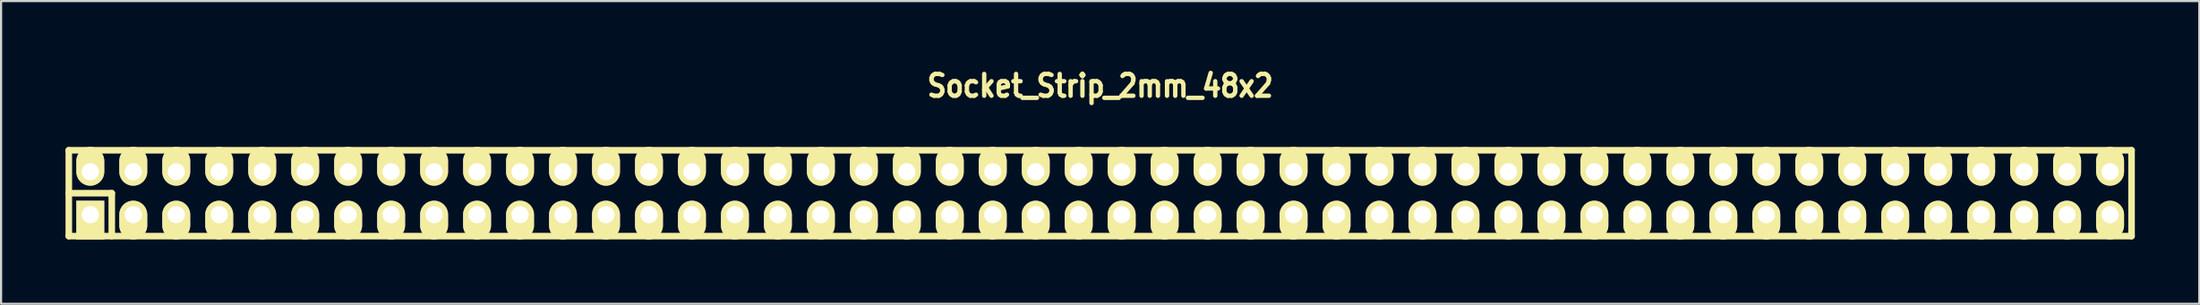
<source format=kicad_pcb>
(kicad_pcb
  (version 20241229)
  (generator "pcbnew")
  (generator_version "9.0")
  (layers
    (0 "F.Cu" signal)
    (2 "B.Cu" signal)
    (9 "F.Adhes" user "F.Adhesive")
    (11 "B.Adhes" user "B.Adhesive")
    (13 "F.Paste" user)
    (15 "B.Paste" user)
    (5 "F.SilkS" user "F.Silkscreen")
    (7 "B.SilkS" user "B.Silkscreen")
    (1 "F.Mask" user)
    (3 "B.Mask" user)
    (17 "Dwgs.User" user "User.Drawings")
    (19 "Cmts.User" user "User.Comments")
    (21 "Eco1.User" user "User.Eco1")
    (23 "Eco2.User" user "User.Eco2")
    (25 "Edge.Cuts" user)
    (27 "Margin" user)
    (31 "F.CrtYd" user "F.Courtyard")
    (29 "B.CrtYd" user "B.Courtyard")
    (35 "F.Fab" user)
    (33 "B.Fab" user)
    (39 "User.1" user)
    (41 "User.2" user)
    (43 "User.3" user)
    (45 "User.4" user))
  (footprint "Socket_Strip_2mm_48x2"
    (layer "F.Cu")
    (at 48.152 5.951)
    (property "Reference" "Socket_Strip_2mm_48x2" (at 0 -5 0) (layer "F.SilkS") (effects (font (size 1.016 0.889) (thickness 0.203))))
    (attr through_hole)
    (fp_line (start -48 -2) (end 48 -2) (stroke (width 0.305) (type solid)) (layer "F.SilkS"))
    (fp_line (start -48 0) (end -46 0) (stroke (width 0.305) (type solid)) (layer "F.SilkS"))
    (fp_line (start -48 2) (end -48 -2) (stroke (width 0.305) (type solid)) (layer "F.SilkS"))
    (fp_line (start -46 0) (end -46 2) (stroke (width 0.305) (type solid)) (layer "F.SilkS"))
    (fp_line (start 48 -2) (end 48 2) (stroke (width 0.305) (type solid)) (layer "F.SilkS"))
    (fp_line (start 48 2) (end -48 2) (stroke (width 0.305) (type solid)) (layer "F.SilkS"))
    (pad "1" thru_hole rect (at -47 1) (size 1.3 1.8) (drill 0.8 (offset 0 0.25)) (layers "*.Cu" "*.Mask" "F.SilkS"))
    (pad "2" thru_hole oval (at -47 -1) (size 1.3 1.8) (drill 0.8 (offset 0 -0.25)) (layers "*.Cu" "*.Mask" "F.SilkS"))
    (pad "3" thru_hole oval (at -45 1) (size 1.3 1.8) (drill 0.8 (offset 0 0.25)) (layers "*.Cu" "*.Mask" "F.SilkS"))
    (pad "4" thru_hole oval (at -45 -1) (size 1.3 1.8) (drill 0.8 (offset 0 -0.25)) (layers "*.Cu" "*.Mask" "F.SilkS"))
    (pad "5" thru_hole oval (at -43 1) (size 1.3 1.8) (drill 0.8 (offset 0 0.25)) (layers "*.Cu" "*.Mask" "F.SilkS"))
    (pad "6" thru_hole oval (at -43 -1) (size 1.3 1.8) (drill 0.8 (offset 0 -0.25)) (layers "*.Cu" "*.Mask" "F.SilkS"))
    (pad "7" thru_hole oval (at -41 1) (size 1.3 1.8) (drill 0.8 (offset 0 0.25)) (layers "*.Cu" "*.Mask" "F.SilkS"))
    (pad "8" thru_hole oval (at -41 -1) (size 1.3 1.8) (drill 0.8 (offset 0 -0.25)) (layers "*.Cu" "*.Mask" "F.SilkS"))
    (pad "9" thru_hole oval (at -39 1) (size 1.3 1.8) (drill 0.8 (offset 0 0.25)) (layers "*.Cu" "*.Mask" "F.SilkS"))
    (pad "10" thru_hole oval (at -39 -1) (size 1.3 1.8) (drill 0.8 (offset 0 -0.25)) (layers "*.Cu" "*.Mask" "F.SilkS"))
    (pad "11" thru_hole oval (at -37 1) (size 1.3 1.8) (drill 0.8 (offset 0 0.25)) (layers "*.Cu" "*.Mask" "F.SilkS"))
    (pad "12" thru_hole oval (at -37 -1) (size 1.3 1.8) (drill 0.8 (offset 0 -0.25)) (layers "*.Cu" "*.Mask" "F.SilkS"))
    (pad "13" thru_hole oval (at -35 1) (size 1.3 1.8) (drill 0.8 (offset 0 0.25)) (layers "*.Cu" "*.Mask" "F.SilkS"))
    (pad "14" thru_hole oval (at -35 -1) (size 1.3 1.8) (drill 0.8 (offset 0 -0.25)) (layers "*.Cu" "*.Mask" "F.SilkS"))
    (pad "15" thru_hole oval (at -33 1) (size 1.3 1.8) (drill 0.8 (offset 0 0.25)) (layers "*.Cu" "*.Mask" "F.SilkS"))
    (pad "16" thru_hole oval (at -33 -1) (size 1.3 1.8) (drill 0.8 (offset 0 -0.25)) (layers "*.Cu" "*.Mask" "F.SilkS"))
    (pad "17" thru_hole oval (at -31 1) (size 1.3 1.8) (drill 0.8 (offset 0 0.25)) (layers "*.Cu" "*.Mask" "F.SilkS"))
    (pad "18" thru_hole oval (at -31 -1) (size 1.3 1.8) (drill 0.8 (offset 0 -0.25)) (layers "*.Cu" "*.Mask" "F.SilkS"))
    (pad "19" thru_hole oval (at -29 1) (size 1.3 1.8) (drill 0.8 (offset 0 0.25)) (layers "*.Cu" "*.Mask" "F.SilkS"))
    (pad "20" thru_hole oval (at -29 -1) (size 1.3 1.8) (drill 0.8 (offset 0 -0.25)) (layers "*.Cu" "*.Mask" "F.SilkS"))
    (pad "21" thru_hole oval (at -27 1) (size 1.3 1.8) (drill 0.8 (offset 0 0.25)) (layers "*.Cu" "*.Mask" "F.SilkS"))
    (pad "22" thru_hole oval (at -27 -1) (size 1.3 1.8) (drill 0.8 (offset 0 -0.25)) (layers "*.Cu" "*.Mask" "F.SilkS"))
    (pad "23" thru_hole oval (at -25 1) (size 1.3 1.8) (drill 0.8 (offset 0 0.25)) (layers "*.Cu" "*.Mask" "F.SilkS"))
    (pad "24" thru_hole oval (at -25 -1) (size 1.3 1.8) (drill 0.8 (offset 0 -0.25)) (layers "*.Cu" "*.Mask" "F.SilkS"))
    (pad "25" thru_hole oval (at -23 1) (size 1.3 1.8) (drill 0.8 (offset 0 0.25)) (layers "*.Cu" "*.Mask" "F.SilkS"))
    (pad "26" thru_hole oval (at -23 -1) (size 1.3 1.8) (drill 0.8 (offset 0 -0.25)) (layers "*.Cu" "*.Mask" "F.SilkS"))
    (pad "27" thru_hole oval (at -21 1) (size 1.3 1.8) (drill 0.8 (offset 0 0.25)) (layers "*.Cu" "*.Mask" "F.SilkS"))
    (pad "28" thru_hole oval (at -21 -1) (size 1.3 1.8) (drill 0.8 (offset 0 -0.25)) (layers "*.Cu" "*.Mask" "F.SilkS"))
    (pad "29" thru_hole oval (at -19 1) (size 1.3 1.8) (drill 0.8 (offset 0 0.25)) (layers "*.Cu" "*.Mask" "F.SilkS"))
    (pad "30" thru_hole oval (at -19 -1) (size 1.3 1.8) (drill 0.8 (offset 0 -0.25)) (layers "*.Cu" "*.Mask" "F.SilkS"))
    (pad "31" thru_hole oval (at -17 1) (size 1.3 1.8) (drill 0.8 (offset 0 0.25)) (layers "*.Cu" "*.Mask" "F.SilkS"))
    (pad "32" thru_hole oval (at -17 -1) (size 1.3 1.8) (drill 0.8 (offset 0 -0.25)) (layers "*.Cu" "*.Mask" "F.SilkS"))
    (pad "33" thru_hole oval (at -15 1) (size 1.3 1.8) (drill 0.8 (offset 0 0.25)) (layers "*.Cu" "*.Mask" "F.SilkS"))
    (pad "34" thru_hole oval (at -15 -1) (size 1.3 1.8) (drill 0.8 (offset 0 -0.25)) (layers "*.Cu" "*.Mask" "F.SilkS"))
    (pad "35" thru_hole oval (at -13 1) (size 1.3 1.8) (drill 0.8 (offset 0 0.25)) (layers "*.Cu" "*.Mask" "F.SilkS"))
    (pad "36" thru_hole oval (at -13 -1) (size 1.3 1.8) (drill 0.8 (offset 0 -0.25)) (layers "*.Cu" "*.Mask" "F.SilkS"))
    (pad "37" thru_hole oval (at -11 1) (size 1.3 1.8) (drill 0.8 (offset 0 0.25)) (layers "*.Cu" "*.Mask" "F.SilkS"))
    (pad "38" thru_hole oval (at -11 -1) (size 1.3 1.8) (drill 0.8 (offset 0 -0.25)) (layers "*.Cu" "*.Mask" "F.SilkS"))
    (pad "39" thru_hole oval (at -9 1) (size 1.3 1.8) (drill 0.8 (offset 0 0.25)) (layers "*.Cu" "*.Mask" "F.SilkS"))
    (pad "40" thru_hole oval (at -9 -1) (size 1.3 1.8) (drill 0.8 (offset 0 -0.25)) (layers "*.Cu" "*.Mask" "F.SilkS"))
    (pad "41" thru_hole oval (at -7 1) (size 1.3 1.8) (drill 0.8 (offset 0 0.25)) (layers "*.Cu" "*.Mask" "F.SilkS"))
    (pad "42" thru_hole oval (at -7 -1) (size 1.3 1.8) (drill 0.8 (offset 0 -0.25)) (layers "*.Cu" "*.Mask" "F.SilkS"))
    (pad "43" thru_hole oval (at -5 1) (size 1.3 1.8) (drill 0.8 (offset 0 0.25)) (layers "*.Cu" "*.Mask" "F.SilkS"))
    (pad "44" thru_hole oval (at -5 -1) (size 1.3 1.8) (drill 0.8 (offset 0 -0.25)) (layers "*.Cu" "*.Mask" "F.SilkS"))
    (pad "45" thru_hole oval (at -3 1) (size 1.3 1.8) (drill 0.8 (offset 0 0.25)) (layers "*.Cu" "*.Mask" "F.SilkS"))
    (pad "46" thru_hole oval (at -3 -1) (size 1.3 1.8) (drill 0.8 (offset 0 -0.25)) (layers "*.Cu" "*.Mask" "F.SilkS"))
    (pad "47" thru_hole oval (at -1 1) (size 1.3 1.8) (drill 0.8 (offset 0 0.25)) (layers "*.Cu" "*.Mask" "F.SilkS"))
    (pad "48" thru_hole oval (at -1 -1) (size 1.3 1.8) (drill 0.8 (offset 0 -0.25)) (layers "*.Cu" "*.Mask" "F.SilkS"))
    (pad "49" thru_hole oval (at 1 1) (size 1.3 1.8) (drill 0.8 (offset 0 0.25)) (layers "*.Cu" "*.Mask" "F.SilkS"))
    (pad "50" thru_hole oval (at 1 -1) (size 1.3 1.8) (drill 0.8 (offset 0 -0.25)) (layers "*.Cu" "*.Mask" "F.SilkS"))
    (pad "51" thru_hole oval (at 3 1) (size 1.3 1.8) (drill 0.8 (offset 0 0.25)) (layers "*.Cu" "*.Mask" "F.SilkS"))
    (pad "52" thru_hole oval (at 3 -1) (size 1.3 1.8) (drill 0.8 (offset 0 -0.25)) (layers "*.Cu" "*.Mask" "F.SilkS"))
    (pad "53" thru_hole oval (at 5 1) (size 1.3 1.8) (drill 0.8 (offset 0 0.25)) (layers "*.Cu" "*.Mask" "F.SilkS"))
    (pad "54" thru_hole oval (at 5 -1) (size 1.3 1.8) (drill 0.8 (offset 0 -0.25)) (layers "*.Cu" "*.Mask" "F.SilkS"))
    (pad "55" thru_hole oval (at 7 1) (size 1.3 1.8) (drill 0.8 (offset 0 0.25)) (layers "*.Cu" "*.Mask" "F.SilkS"))
    (pad "56" thru_hole oval (at 7 -1) (size 1.3 1.8) (drill 0.8 (offset 0 -0.25)) (layers "*.Cu" "*.Mask" "F.SilkS"))
    (pad "57" thru_hole oval (at 9 1) (size 1.3 1.8) (drill 0.8 (offset 0 0.25)) (layers "*.Cu" "*.Mask" "F.SilkS"))
    (pad "58" thru_hole oval (at 9 -1) (size 1.3 1.8) (drill 0.8 (offset 0 -0.25)) (layers "*.Cu" "*.Mask" "F.SilkS"))
    (pad "59" thru_hole oval (at 11 1) (size 1.3 1.8) (drill 0.8 (offset 0 0.25)) (layers "*.Cu" "*.Mask" "F.SilkS"))
    (pad "60" thru_hole oval (at 11 -1) (size 1.3 1.8) (drill 0.8 (offset 0 -0.25)) (layers "*.Cu" "*.Mask" "F.SilkS"))
    (pad "61" thru_hole oval (at 13 1) (size 1.3 1.8) (drill 0.8 (offset 0 0.25)) (layers "*.Cu" "*.Mask" "F.SilkS"))
    (pad "62" thru_hole oval (at 13 -1) (size 1.3 1.8) (drill 0.8 (offset 0 -0.25)) (layers "*.Cu" "*.Mask" "F.SilkS"))
    (pad "63" thru_hole oval (at 15 1) (size 1.3 1.8) (drill 0.8 (offset 0 0.25)) (layers "*.Cu" "*.Mask" "F.SilkS"))
    (pad "64" thru_hole oval (at 15 -1) (size 1.3 1.8) (drill 0.8 (offset 0 -0.25)) (layers "*.Cu" "*.Mask" "F.SilkS"))
    (pad "65" thru_hole oval (at 17 1) (size 1.3 1.8) (drill 0.8 (offset 0 0.25)) (layers "*.Cu" "*.Mask" "F.SilkS"))
    (pad "66" thru_hole oval (at 17 -1) (size 1.3 1.8) (drill 0.8 (offset 0 -0.25)) (layers "*.Cu" "*.Mask" "F.SilkS"))
    (pad "67" thru_hole oval (at 19 1) (size 1.3 1.8) (drill 0.8 (offset 0 0.25)) (layers "*.Cu" "*.Mask" "F.SilkS"))
    (pad "68" thru_hole oval (at 19 -1) (size 1.3 1.8) (drill 0.8 (offset 0 -0.25)) (layers "*.Cu" "*.Mask" "F.SilkS"))
    (pad "69" thru_hole oval (at 21 1) (size 1.3 1.8) (drill 0.8 (offset 0 0.25)) (layers "*.Cu" "*.Mask" "F.SilkS"))
    (pad "70" thru_hole oval (at 21 -1) (size 1.3 1.8) (drill 0.8 (offset 0 -0.25)) (layers "*.Cu" "*.Mask" "F.SilkS"))
    (pad "71" thru_hole oval (at 23 1) (size 1.3 1.8) (drill 0.8 (offset 0 0.25)) (layers "*.Cu" "*.Mask" "F.SilkS"))
    (pad "72" thru_hole oval (at 23 -1) (size 1.3 1.8) (drill 0.8 (offset 0 -0.25)) (layers "*.Cu" "*.Mask" "F.SilkS"))
    (pad "73" thru_hole oval (at 25 1) (size 1.3 1.8) (drill 0.8 (offset 0 0.25)) (layers "*.Cu" "*.Mask" "F.SilkS"))
    (pad "74" thru_hole oval (at 25 -1) (size 1.3 1.8) (drill 0.8 (offset 0 -0.25)) (layers "*.Cu" "*.Mask" "F.SilkS"))
    (pad "75" thru_hole oval (at 27 1) (size 1.3 1.8) (drill 0.8 (offset 0 0.25)) (layers "*.Cu" "*.Mask" "F.SilkS"))
    (pad "76" thru_hole oval (at 27 -1) (size 1.3 1.8) (drill 0.8 (offset 0 -0.25)) (layers "*.Cu" "*.Mask" "F.SilkS"))
    (pad "77" thru_hole oval (at 29 1) (size 1.3 1.8) (drill 0.8 (offset 0 0.25)) (layers "*.Cu" "*.Mask" "F.SilkS"))
    (pad "78" thru_hole oval (at 29 -1) (size 1.3 1.8) (drill 0.8 (offset 0 -0.25)) (layers "*.Cu" "*.Mask" "F.SilkS"))
    (pad "79" thru_hole oval (at 31 1) (size 1.3 1.8) (drill 0.8 (offset 0 0.25)) (layers "*.Cu" "*.Mask" "F.SilkS"))
    (pad "80" thru_hole oval (at 31 -1) (size 1.3 1.8) (drill 0.8 (offset 0 -0.25)) (layers "*.Cu" "*.Mask" "F.SilkS"))
    (pad "81" thru_hole oval (at 33 1) (size 1.3 1.8) (drill 0.8 (offset 0 0.25)) (layers "*.Cu" "*.Mask" "F.SilkS"))
    (pad "82" thru_hole oval (at 33 -1) (size 1.3 1.8) (drill 0.8 (offset 0 -0.25)) (layers "*.Cu" "*.Mask" "F.SilkS"))
    (pad "83" thru_hole oval (at 35 1) (size 1.3 1.8) (drill 0.8 (offset 0 0.25)) (layers "*.Cu" "*.Mask" "F.SilkS"))
    (pad "84" thru_hole oval (at 35 -1) (size 1.3 1.8) (drill 0.8 (offset 0 -0.25)) (layers "*.Cu" "*.Mask" "F.SilkS"))
    (pad "85" thru_hole oval (at 37 1) (size 1.3 1.8) (drill 0.8 (offset 0 0.25)) (layers "*.Cu" "*.Mask" "F.SilkS"))
    (pad "86" thru_hole oval (at 37 -1) (size 1.3 1.8) (drill 0.8 (offset 0 -0.25)) (layers "*.Cu" "*.Mask" "F.SilkS"))
    (pad "87" thru_hole oval (at 39 1) (size 1.3 1.8) (drill 0.8 (offset 0 0.25)) (layers "*.Cu" "*.Mask" "F.SilkS"))
    (pad "88" thru_hole oval (at 39 -1) (size 1.3 1.8) (drill 0.8 (offset 0 -0.25)) (layers "*.Cu" "*.Mask" "F.SilkS"))
    (pad "89" thru_hole oval (at 41 1) (size 1.3 1.8) (drill 0.8 (offset 0 0.25)) (layers "*.Cu" "*.Mask" "F.SilkS"))
    (pad "90" thru_hole oval (at 41 -1) (size 1.3 1.8) (drill 0.8 (offset 0 -0.25)) (layers "*.Cu" "*.Mask" "F.SilkS"))
    (pad "91" thru_hole oval (at 43 1) (size 1.3 1.8) (drill 0.8 (offset 0 0.25)) (layers "*.Cu" "*.Mask" "F.SilkS"))
    (pad "92" thru_hole oval (at 43 -1) (size 1.3 1.8) (drill 0.8 (offset 0 -0.25)) (layers "*.Cu" "*.Mask" "F.SilkS"))
    (pad "93" thru_hole oval (at 45 1) (size 1.3 1.8) (drill 0.8 (offset 0 0.25)) (layers "*.Cu" "*.Mask" "F.SilkS"))
    (pad "94" thru_hole oval (at 45 -1) (size 1.3 1.8) (drill 0.8 (offset 0 -0.25)) (layers "*.Cu" "*.Mask" "F.SilkS"))
    (pad "95" thru_hole oval (at 47 1) (size 1.3 1.8) (drill 0.8 (offset 0 0.25)) (layers "*.Cu" "*.Mask" "F.SilkS"))
    (pad "96" thru_hole oval (at 47 -1) (size 1.3 1.8) (drill 0.8 (offset 0 -0.25)) (layers "*.Cu" "*.Mask" "F.SilkS")))
  (gr_rect
    (start -3 -3)
    (end 99.305 11.103)
    (stroke (width 0.1) (type default))
    (fill no)
    (layer "Edge.Cuts")))
</source>
